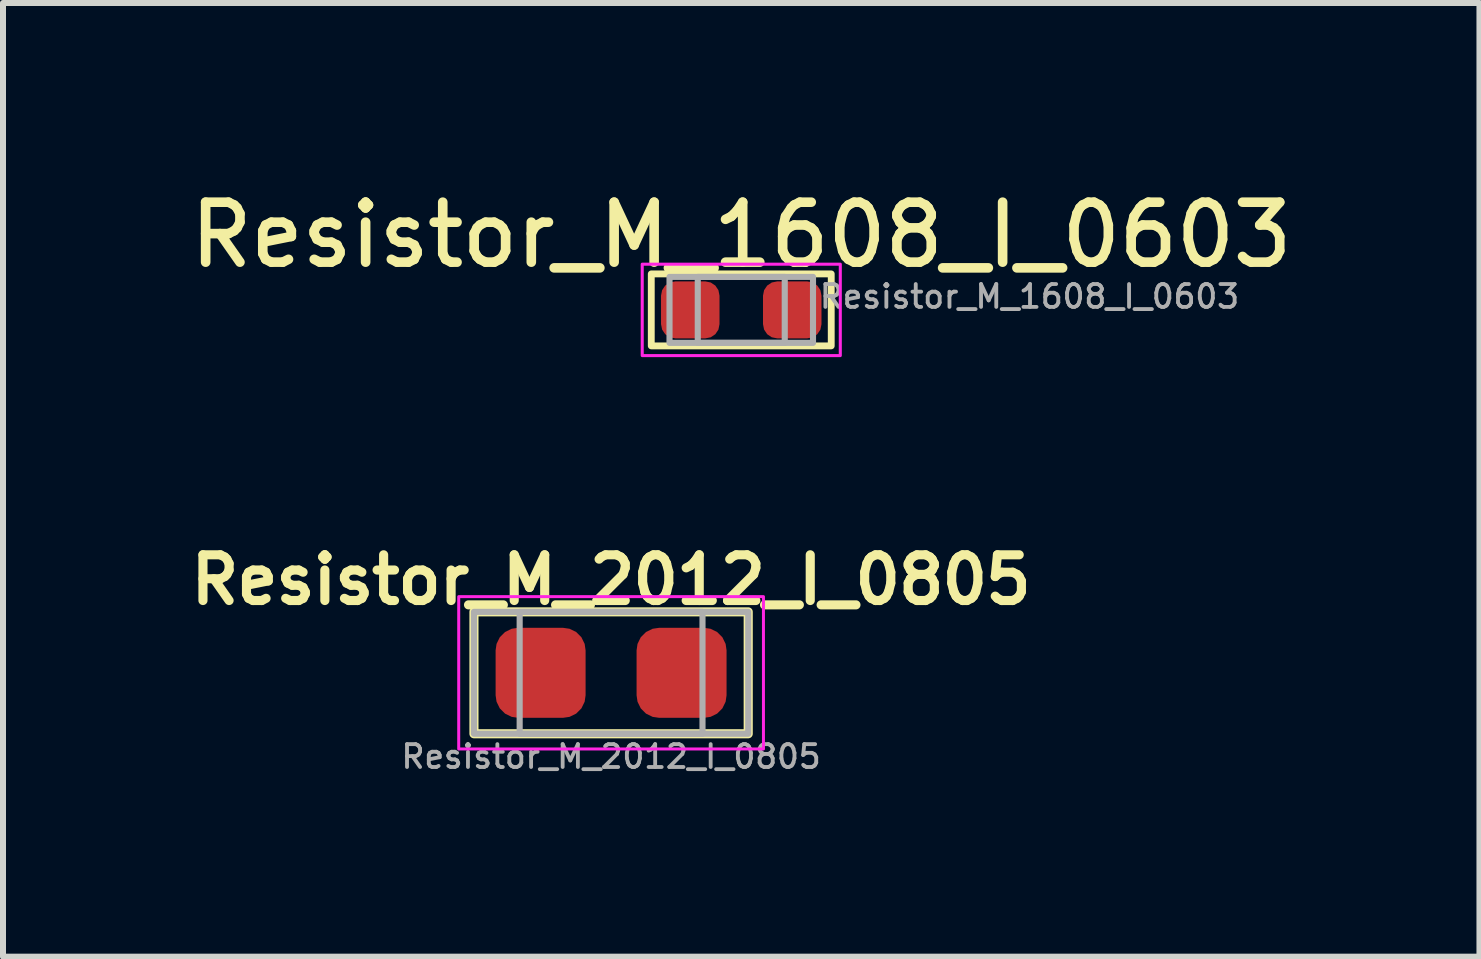
<source format=kicad_pcb>
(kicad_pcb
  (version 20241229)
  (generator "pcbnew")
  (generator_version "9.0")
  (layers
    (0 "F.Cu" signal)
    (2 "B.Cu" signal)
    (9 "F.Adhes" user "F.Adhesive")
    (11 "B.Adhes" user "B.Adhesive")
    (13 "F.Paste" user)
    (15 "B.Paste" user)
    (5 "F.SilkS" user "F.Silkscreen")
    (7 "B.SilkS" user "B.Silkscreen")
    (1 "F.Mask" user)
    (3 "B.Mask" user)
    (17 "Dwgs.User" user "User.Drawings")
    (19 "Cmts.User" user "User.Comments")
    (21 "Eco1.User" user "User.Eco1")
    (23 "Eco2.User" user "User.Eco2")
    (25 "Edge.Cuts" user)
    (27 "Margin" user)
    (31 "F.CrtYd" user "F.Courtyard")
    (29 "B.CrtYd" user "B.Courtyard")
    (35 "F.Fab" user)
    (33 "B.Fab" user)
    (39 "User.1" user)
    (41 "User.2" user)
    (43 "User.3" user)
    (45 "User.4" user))
  (footprint "Resistor_M_2012_I_0805"
    (layer "F.Cu")
    (at 7.137 8.166)
    (property "Reference" "Resistor_M_2012_I_0805" (at 0 -1.55 0) (layer "F.SilkS") (effects (font (size 0.762 0.762) (thickness 0.152) (bold yes))))
    (attr smd)
    (fp_rect (start -2.286 -1.016) (end 2.286 1.016) (stroke (width 0.152) (type default)) (fill no) (layer "F.SilkS"))
    (fp_rect (start -2.54 -1.27) (end 2.54 1.27) (stroke (width 0.05) (type default)) (fill no) (layer "F.CrtYd"))
    (fp_rect (start -2.286 -1.016) (end 2.286 1.016) (stroke (width 0.102) (type default)) (fill no) (layer "F.Fab"))
    (fp_rect (start -1.524 -1.016) (end 1.524 1.016) (stroke (width 0.102) (type solid)) (fill no) (layer "F.Fab"))
    (fp_text user "${REFERENCE}" (at 0 1.397 0) (unlocked yes) (layer "F.Fab") (effects (font (size 0.381 0.381) (thickness 0.064) (bold yes))))
    (pad "1" smd roundrect (at -1.175 0) (size 1.5 1.5) (layers "F.Cu" "F.Mask" "F.Paste") (roundrect_rratio 0.25))
    (pad "2" smd roundrect (at 1.175 0) (size 1.5 1.5) (layers "F.Cu" "F.Mask" "F.Paste") (roundrect_rratio 0.25)))
  (footprint "Resistor_M_1608_I_0603"
    (layer "F.Cu")
    (at 9.307 2.116)
    (property "Reference" "Resistor_M_1608_I_0603" (at 0 -1.25 0) (layer "F.SilkS") (effects (font (size 1 1) (thickness 0.16))))
    (attr smd)
    (fp_rect (start -1.5 -0.6) (end 1.5 0.6) (stroke (width 0.114) (type default)) (fill no) (layer "F.SilkS"))
    (fp_rect (start -1.651 -0.762) (end 1.651 0.762) (stroke (width 0.051) (type default)) (fill no) (layer "F.CrtYd"))
    (fp_rect (start -1.196 -0.55) (end 1.196 0.55) (stroke (width 0.102) (type default)) (fill no) (layer "F.Fab"))
    (fp_rect (start -0.725 -0.55) (end 0.725 0.55) (stroke (width 0.102) (type solid)) (fill no) (layer "F.Fab"))
    (fp_text user "${REFERENCE}" (at 1.27 0 0) (unlocked yes) (layer "F.Fab") (effects (font (size 0.381 0.381) (thickness 0.064) (bold yes)) (justify left bottom)))
    (pad "1" smd roundrect (at -0.85 0) (size 0.975 0.95) (layers "F.Cu" "F.Mask" "F.Paste") (roundrect_rratio 0.25))
    (pad "2" smd roundrect (at 0.85 0) (size 0.975 0.95) (layers "F.Cu" "F.Mask" "F.Paste") (roundrect_rratio 0.25)))
  (gr_rect
    (start -3 -3)
    (end 21.613 12.898)
    (stroke (width 0.1) (type default))
    (fill no)
    (layer "Edge.Cuts")))
</source>
